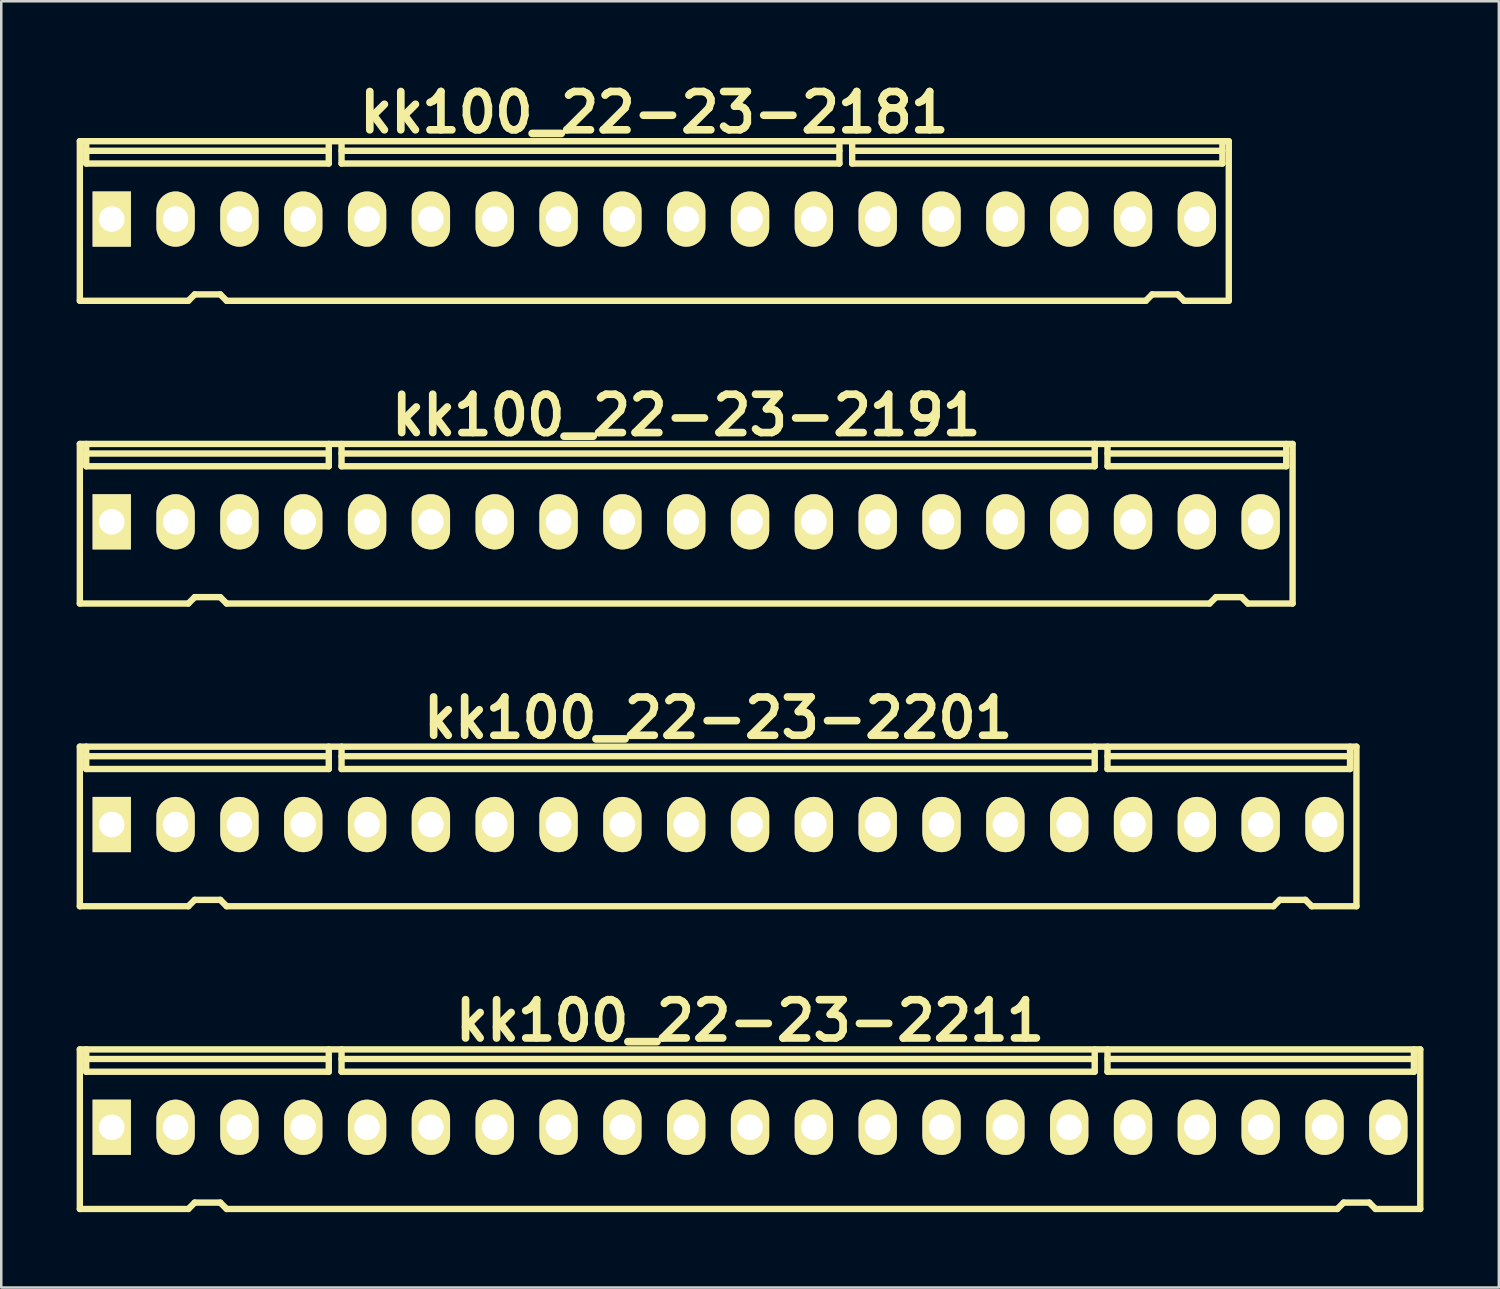
<source format=kicad_pcb>
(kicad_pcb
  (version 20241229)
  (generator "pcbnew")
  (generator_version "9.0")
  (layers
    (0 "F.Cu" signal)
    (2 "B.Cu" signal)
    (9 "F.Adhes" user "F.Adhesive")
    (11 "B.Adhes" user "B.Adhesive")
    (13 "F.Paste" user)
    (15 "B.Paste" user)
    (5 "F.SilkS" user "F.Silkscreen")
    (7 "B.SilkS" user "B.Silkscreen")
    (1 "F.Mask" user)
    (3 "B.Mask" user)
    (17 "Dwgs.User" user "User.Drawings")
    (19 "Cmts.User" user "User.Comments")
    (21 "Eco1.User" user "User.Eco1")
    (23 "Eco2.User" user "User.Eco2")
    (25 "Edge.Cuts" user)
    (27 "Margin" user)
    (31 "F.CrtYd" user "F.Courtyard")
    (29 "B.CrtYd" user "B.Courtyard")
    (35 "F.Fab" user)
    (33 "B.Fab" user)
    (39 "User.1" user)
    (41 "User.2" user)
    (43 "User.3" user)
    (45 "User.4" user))
  (footprint "kk100_22-23-2211"
    (layer "F.Cu")
    (at 26.797 41.884)
    (property "Reference" "kk100_22-23-2211" (at 0 -4.318 0) (layer "F.SilkS") (effects (font (size 1.524 1.524) (thickness 0.305))))
    (attr through_hole)
    (fp_line (start -26.67 3.175) (end -26.67 -3.175) (stroke (width 0.254) (type solid)) (layer "F.SilkS"))
    (fp_line (start -26.416 -2.286) (end -26.416 -3.175) (stroke (width 0.254) (type solid)) (layer "F.SilkS"))
    (fp_line (start -22.352 3.175) (end -26.67 3.175) (stroke (width 0.254) (type solid)) (layer "F.SilkS"))
    (fp_line (start -22.098 2.921) (end -22.352 3.175) (stroke (width 0.254) (type solid)) (layer "F.SilkS"))
    (fp_line (start -22.098 2.921) (end -21.082 2.921) (stroke (width 0.254) (type solid)) (layer "F.SilkS"))
    (fp_line (start -21.082 2.921) (end -20.828 3.175) (stroke (width 0.254) (type solid)) (layer "F.SilkS"))
    (fp_line (start -20.828 3.175) (end 23.368 3.175) (stroke (width 0.254) (type solid)) (layer "F.SilkS"))
    (fp_line (start -16.764 -2.794) (end -26.416 -2.794) (stroke (width 0.254) (type solid)) (layer "F.SilkS"))
    (fp_line (start -16.764 -2.286) (end -26.416 -2.286) (stroke (width 0.254) (type solid)) (layer "F.SilkS"))
    (fp_line (start -16.764 -2.286) (end -16.764 -3.175) (stroke (width 0.254) (type solid)) (layer "F.SilkS"))
    (fp_line (start -16.256 -2.286) (end -16.256 -3.175) (stroke (width 0.254) (type solid)) (layer "F.SilkS"))
    (fp_line (start -16.256 -2.286) (end 13.716 -2.286) (stroke (width 0.254) (type solid)) (layer "F.SilkS"))
    (fp_line (start 13.716 -2.794) (end -16.256 -2.794) (stroke (width 0.254) (type solid)) (layer "F.SilkS"))
    (fp_line (start 13.716 -2.286) (end 13.716 -3.175) (stroke (width 0.254) (type solid)) (layer "F.SilkS"))
    (fp_line (start 14.224 -2.794) (end 26.416 -2.794) (stroke (width 0.254) (type solid)) (layer "F.SilkS"))
    (fp_line (start 14.224 -2.286) (end 14.224 -3.175) (stroke (width 0.254) (type solid)) (layer "F.SilkS"))
    (fp_line (start 23.622 2.921) (end 23.368 3.175) (stroke (width 0.254) (type solid)) (layer "F.SilkS"))
    (fp_line (start 23.622 2.921) (end 24.638 2.921) (stroke (width 0.254) (type solid)) (layer "F.SilkS"))
    (fp_line (start 24.638 2.921) (end 24.892 3.175) (stroke (width 0.254) (type solid)) (layer "F.SilkS"))
    (fp_line (start 24.892 3.175) (end 26.67 3.175) (stroke (width 0.254) (type solid)) (layer "F.SilkS"))
    (fp_line (start 26.416 -2.286) (end 14.224 -2.286) (stroke (width 0.254) (type solid)) (layer "F.SilkS"))
    (fp_line (start 26.416 -2.286) (end 26.416 -3.175) (stroke (width 0.254) (type solid)) (layer "F.SilkS"))
    (fp_line (start 26.67 -3.175) (end -26.67 -3.175) (stroke (width 0.254) (type solid)) (layer "F.SilkS"))
    (fp_line (start 26.67 -3.175) (end 26.67 3.175) (stroke (width 0.254) (type solid)) (layer "F.SilkS"))
    (pad "1" thru_hole rect (at -25.4 -0.076) (size 1.524 2.197) (drill 1.016) (layers "*.Cu" "*.Mask" "F.SilkS"))
    (pad "2" thru_hole oval (at -22.86 -0.076) (size 1.524 2.197) (drill 1.016) (layers "*.Cu" "*.Mask" "F.SilkS"))
    (pad "3" thru_hole oval (at -20.32 -0.076) (size 1.524 2.197) (drill 1.016) (layers "*.Cu" "*.Mask" "F.SilkS"))
    (pad "4" thru_hole oval (at -17.78 -0.076) (size 1.524 2.197) (drill 1.016) (layers "*.Cu" "*.Mask" "F.SilkS"))
    (pad "5" thru_hole oval (at -15.24 -0.076) (size 1.524 2.197) (drill 1.016) (layers "*.Cu" "*.Mask" "F.SilkS"))
    (pad "6" thru_hole oval (at -12.7 -0.076) (size 1.524 2.197) (drill 1.016) (layers "*.Cu" "*.Mask" "F.SilkS"))
    (pad "7" thru_hole oval (at -10.16 -0.076) (size 1.524 2.197) (drill 1.016) (layers "*.Cu" "*.Mask" "F.SilkS"))
    (pad "8" thru_hole oval (at -7.62 -0.076) (size 1.524 2.197) (drill 1.016) (layers "*.Cu" "*.Mask" "F.SilkS"))
    (pad "9" thru_hole oval (at -5.08 -0.076) (size 1.524 2.197) (drill 1.016) (layers "*.Cu" "*.Mask" "F.SilkS"))
    (pad "10" thru_hole oval (at -2.54 -0.076) (size 1.524 2.197) (drill 1.016) (layers "*.Cu" "*.Mask" "F.SilkS"))
    (pad "11" thru_hole oval (at 0 -0.076) (size 1.524 2.197) (drill 1.016) (layers "*.Cu" "*.Mask" "F.SilkS"))
    (pad "12" thru_hole oval (at 2.54 -0.076) (size 1.524 2.197) (drill 1.016) (layers "*.Cu" "*.Mask" "F.SilkS"))
    (pad "13" thru_hole oval (at 5.08 -0.076) (size 1.524 2.197) (drill 1.016) (layers "*.Cu" "*.Mask" "F.SilkS"))
    (pad "14" thru_hole oval (at 7.62 -0.076) (size 1.524 2.197) (drill 1.016) (layers "*.Cu" "*.Mask" "F.SilkS"))
    (pad "15" thru_hole oval (at 10.16 -0.076) (size 1.524 2.197) (drill 1.016) (layers "*.Cu" "*.Mask" "F.SilkS"))
    (pad "16" thru_hole oval (at 12.7 -0.076) (size 1.524 2.197) (drill 1.016) (layers "*.Cu" "*.Mask" "F.SilkS"))
    (pad "17" thru_hole oval (at 15.24 -0.076) (size 1.524 2.197) (drill 1.016) (layers "*.Cu" "*.Mask" "F.SilkS"))
    (pad "18" thru_hole oval (at 17.78 -0.076) (size 1.524 2.197) (drill 1.016) (layers "*.Cu" "*.Mask" "F.SilkS"))
    (pad "19" thru_hole oval (at 20.32 -0.076) (size 1.524 2.197) (drill 1.016) (layers "*.Cu" "*.Mask" "F.SilkS"))
    (pad "20" thru_hole oval (at 22.86 -0.076) (size 1.524 2.197) (drill 1.016) (layers "*.Cu" "*.Mask" "F.SilkS"))
    (pad "21" thru_hole oval (at 25.4 -0.076) (size 1.524 2.197) (drill 1.016) (layers "*.Cu" "*.Mask" "F.SilkS")))
  (footprint "kk100_22-23-2181"
    (layer "F.Cu")
    (at 22.987 5.744)
    (property "Reference" "kk100_22-23-2181" (at 0 -4.318 0) (layer "F.SilkS") (effects (font (size 1.524 1.524) (thickness 0.305))))
    (attr through_hole)
    (fp_line (start -22.86 3.175) (end -22.86 -3.175) (stroke (width 0.254) (type solid)) (layer "F.SilkS"))
    (fp_line (start -22.606 -2.286) (end -22.606 -3.175) (stroke (width 0.254) (type solid)) (layer "F.SilkS"))
    (fp_line (start -18.542 3.175) (end -22.86 3.175) (stroke (width 0.254) (type solid)) (layer "F.SilkS"))
    (fp_line (start -18.288 2.921) (end -18.542 3.175) (stroke (width 0.254) (type solid)) (layer "F.SilkS"))
    (fp_line (start -18.288 2.921) (end -17.272 2.921) (stroke (width 0.254) (type solid)) (layer "F.SilkS"))
    (fp_line (start -17.272 2.921) (end -17.018 3.175) (stroke (width 0.254) (type solid)) (layer "F.SilkS"))
    (fp_line (start -17.018 3.175) (end 19.558 3.175) (stroke (width 0.254) (type solid)) (layer "F.SilkS"))
    (fp_line (start -12.954 -2.794) (end -22.606 -2.794) (stroke (width 0.254) (type solid)) (layer "F.SilkS"))
    (fp_line (start -12.954 -2.286) (end -22.606 -2.286) (stroke (width 0.254) (type solid)) (layer "F.SilkS"))
    (fp_line (start -12.954 -2.286) (end -12.954 -3.175) (stroke (width 0.254) (type solid)) (layer "F.SilkS"))
    (fp_line (start -12.446 -2.794) (end 7.366 -2.794) (stroke (width 0.254) (type solid)) (layer "F.SilkS"))
    (fp_line (start -12.446 -2.286) (end -12.446 -3.175) (stroke (width 0.254) (type solid)) (layer "F.SilkS"))
    (fp_line (start 7.366 -2.286) (end -12.446 -2.286) (stroke (width 0.254) (type solid)) (layer "F.SilkS"))
    (fp_line (start 7.366 -2.286) (end 7.366 -3.175) (stroke (width 0.254) (type solid)) (layer "F.SilkS"))
    (fp_line (start 7.874 -2.286) (end 7.874 -3.175) (stroke (width 0.254) (type solid)) (layer "F.SilkS"))
    (fp_line (start 7.874 -2.286) (end 22.606 -2.286) (stroke (width 0.254) (type solid)) (layer "F.SilkS"))
    (fp_line (start 19.812 2.921) (end 19.558 3.175) (stroke (width 0.254) (type solid)) (layer "F.SilkS"))
    (fp_line (start 19.812 2.921) (end 20.828 2.921) (stroke (width 0.254) (type solid)) (layer "F.SilkS"))
    (fp_line (start 20.828 2.921) (end 21.082 3.175) (stroke (width 0.254) (type solid)) (layer "F.SilkS"))
    (fp_line (start 21.082 3.175) (end 22.86 3.175) (stroke (width 0.254) (type solid)) (layer "F.SilkS"))
    (fp_line (start 22.606 -2.794) (end 7.874 -2.794) (stroke (width 0.254) (type solid)) (layer "F.SilkS"))
    (fp_line (start 22.606 -2.286) (end 22.606 -3.175) (stroke (width 0.254) (type solid)) (layer "F.SilkS"))
    (fp_line (start 22.86 -3.175) (end -22.86 -3.175) (stroke (width 0.254) (type solid)) (layer "F.SilkS"))
    (fp_line (start 22.86 -3.175) (end 22.86 3.175) (stroke (width 0.254) (type solid)) (layer "F.SilkS"))
    (pad "1" thru_hole rect (at -21.59 -0.076) (size 1.524 2.197) (drill 1.016) (layers "*.Cu" "*.Mask" "F.SilkS"))
    (pad "2" thru_hole oval (at -19.05 -0.076) (size 1.524 2.197) (drill 1.016) (layers "*.Cu" "*.Mask" "F.SilkS"))
    (pad "3" thru_hole oval (at -16.51 -0.076) (size 1.524 2.197) (drill 1.016) (layers "*.Cu" "*.Mask" "F.SilkS"))
    (pad "4" thru_hole oval (at -13.97 -0.076) (size 1.524 2.197) (drill 1.016) (layers "*.Cu" "*.Mask" "F.SilkS"))
    (pad "5" thru_hole oval (at -11.43 -0.076) (size 1.524 2.197) (drill 1.016) (layers "*.Cu" "*.Mask" "F.SilkS"))
    (pad "6" thru_hole oval (at -8.89 -0.076) (size 1.524 2.197) (drill 1.016) (layers "*.Cu" "*.Mask" "F.SilkS"))
    (pad "7" thru_hole oval (at -6.35 -0.076) (size 1.524 2.197) (drill 1.016) (layers "*.Cu" "*.Mask" "F.SilkS"))
    (pad "8" thru_hole oval (at -3.81 -0.076) (size 1.524 2.197) (drill 1.016) (layers "*.Cu" "*.Mask" "F.SilkS"))
    (pad "9" thru_hole oval (at -1.27 -0.076) (size 1.524 2.197) (drill 1.016) (layers "*.Cu" "*.Mask" "F.SilkS"))
    (pad "10" thru_hole oval (at 1.27 -0.076) (size 1.524 2.197) (drill 1.016) (layers "*.Cu" "*.Mask" "F.SilkS"))
    (pad "11" thru_hole oval (at 3.81 -0.076) (size 1.524 2.197) (drill 1.016) (layers "*.Cu" "*.Mask" "F.SilkS"))
    (pad "12" thru_hole oval (at 6.35 -0.076) (size 1.524 2.197) (drill 1.016) (layers "*.Cu" "*.Mask" "F.SilkS"))
    (pad "13" thru_hole oval (at 8.89 -0.076) (size 1.524 2.197) (drill 1.016) (layers "*.Cu" "*.Mask" "F.SilkS"))
    (pad "14" thru_hole oval (at 11.43 -0.076) (size 1.524 2.197) (drill 1.016) (layers "*.Cu" "*.Mask" "F.SilkS"))
    (pad "15" thru_hole oval (at 13.97 -0.076) (size 1.524 2.197) (drill 1.016) (layers "*.Cu" "*.Mask" "F.SilkS"))
    (pad "16" thru_hole oval (at 16.51 -0.076) (size 1.524 2.197) (drill 1.016) (layers "*.Cu" "*.Mask" "F.SilkS"))
    (pad "17" thru_hole oval (at 19.05 -0.076) (size 1.524 2.197) (drill 1.016) (layers "*.Cu" "*.Mask" "F.SilkS"))
    (pad "18" thru_hole oval (at 21.59 -0.076) (size 1.524 2.197) (drill 1.016) (layers "*.Cu" "*.Mask" "F.SilkS")))
  (footprint "kk100_22-23-2201"
    (layer "F.Cu")
    (at 25.527 29.837)
    (property "Reference" "kk100_22-23-2201" (at 0 -4.318 0) (layer "F.SilkS") (effects (font (size 1.524 1.524) (thickness 0.305))))
    (attr through_hole)
    (fp_line (start -25.4 3.175) (end -25.4 -3.175) (stroke (width 0.254) (type solid)) (layer "F.SilkS"))
    (fp_line (start -25.146 -2.286) (end -25.146 -3.175) (stroke (width 0.254) (type solid)) (layer "F.SilkS"))
    (fp_line (start -21.082 3.175) (end -25.4 3.175) (stroke (width 0.254) (type solid)) (layer "F.SilkS"))
    (fp_line (start -20.828 2.921) (end -21.082 3.175) (stroke (width 0.254) (type solid)) (layer "F.SilkS"))
    (fp_line (start -20.828 2.921) (end -19.812 2.921) (stroke (width 0.254) (type solid)) (layer "F.SilkS"))
    (fp_line (start -19.812 2.921) (end -19.558 3.175) (stroke (width 0.254) (type solid)) (layer "F.SilkS"))
    (fp_line (start -19.558 3.175) (end 22.098 3.175) (stroke (width 0.254) (type solid)) (layer "F.SilkS"))
    (fp_line (start -15.494 -2.794) (end -25.146 -2.794) (stroke (width 0.254) (type solid)) (layer "F.SilkS"))
    (fp_line (start -15.494 -2.286) (end -25.146 -2.286) (stroke (width 0.254) (type solid)) (layer "F.SilkS"))
    (fp_line (start -15.494 -2.286) (end -15.494 -3.175) (stroke (width 0.254) (type solid)) (layer "F.SilkS"))
    (fp_line (start -14.986 -2.286) (end -14.986 -3.175) (stroke (width 0.254) (type solid)) (layer "F.SilkS"))
    (fp_line (start -14.986 -2.286) (end 14.986 -2.286) (stroke (width 0.254) (type solid)) (layer "F.SilkS"))
    (fp_line (start 14.986 -2.794) (end -14.986 -2.794) (stroke (width 0.254) (type solid)) (layer "F.SilkS"))
    (fp_line (start 14.986 -2.286) (end 14.986 -3.175) (stroke (width 0.254) (type solid)) (layer "F.SilkS"))
    (fp_line (start 15.494 -2.794) (end 25.146 -2.794) (stroke (width 0.254) (type solid)) (layer "F.SilkS"))
    (fp_line (start 15.494 -2.286) (end 15.494 -3.175) (stroke (width 0.254) (type solid)) (layer "F.SilkS"))
    (fp_line (start 15.494 -2.286) (end 25.146 -2.286) (stroke (width 0.254) (type solid)) (layer "F.SilkS"))
    (fp_line (start 22.352 2.921) (end 22.098 3.175) (stroke (width 0.254) (type solid)) (layer "F.SilkS"))
    (fp_line (start 22.352 2.921) (end 23.368 2.921) (stroke (width 0.254) (type solid)) (layer "F.SilkS"))
    (fp_line (start 23.368 2.921) (end 23.622 3.175) (stroke (width 0.254) (type solid)) (layer "F.SilkS"))
    (fp_line (start 23.622 3.175) (end 25.4 3.175) (stroke (width 0.254) (type solid)) (layer "F.SilkS"))
    (fp_line (start 25.146 -2.286) (end 25.146 -3.175) (stroke (width 0.254) (type solid)) (layer "F.SilkS"))
    (fp_line (start 25.4 -3.175) (end -25.4 -3.175) (stroke (width 0.254) (type solid)) (layer "F.SilkS"))
    (fp_line (start 25.4 -3.175) (end 25.4 3.175) (stroke (width 0.254) (type solid)) (layer "F.SilkS"))
    (pad "1" thru_hole rect (at -24.13 -0.076) (size 1.524 2.197) (drill 1.016) (layers "*.Cu" "*.Mask" "F.SilkS"))
    (pad "2" thru_hole oval (at -21.59 -0.076) (size 1.524 2.197) (drill 1.016) (layers "*.Cu" "*.Mask" "F.SilkS"))
    (pad "3" thru_hole oval (at -19.05 -0.076) (size 1.524 2.197) (drill 1.016) (layers "*.Cu" "*.Mask" "F.SilkS"))
    (pad "4" thru_hole oval (at -16.51 -0.076) (size 1.524 2.197) (drill 1.016) (layers "*.Cu" "*.Mask" "F.SilkS"))
    (pad "5" thru_hole oval (at -13.97 -0.076) (size 1.524 2.197) (drill 1.016) (layers "*.Cu" "*.Mask" "F.SilkS"))
    (pad "6" thru_hole oval (at -11.43 -0.076) (size 1.524 2.197) (drill 1.016) (layers "*.Cu" "*.Mask" "F.SilkS"))
    (pad "7" thru_hole oval (at -8.89 -0.076) (size 1.524 2.197) (drill 1.016) (layers "*.Cu" "*.Mask" "F.SilkS"))
    (pad "8" thru_hole oval (at -6.35 -0.076) (size 1.524 2.197) (drill 1.016) (layers "*.Cu" "*.Mask" "F.SilkS"))
    (pad "9" thru_hole oval (at -3.81 -0.076) (size 1.524 2.197) (drill 1.016) (layers "*.Cu" "*.Mask" "F.SilkS"))
    (pad "10" thru_hole oval (at -1.27 -0.076) (size 1.524 2.197) (drill 1.016) (layers "*.Cu" "*.Mask" "F.SilkS"))
    (pad "11" thru_hole oval (at 1.27 -0.076) (size 1.524 2.197) (drill 1.016) (layers "*.Cu" "*.Mask" "F.SilkS"))
    (pad "12" thru_hole oval (at 3.81 -0.076) (size 1.524 2.197) (drill 1.016) (layers "*.Cu" "*.Mask" "F.SilkS"))
    (pad "13" thru_hole oval (at 6.35 -0.076) (size 1.524 2.197) (drill 1.016) (layers "*.Cu" "*.Mask" "F.SilkS"))
    (pad "14" thru_hole oval (at 8.89 -0.076) (size 1.524 2.197) (drill 1.016) (layers "*.Cu" "*.Mask" "F.SilkS"))
    (pad "15" thru_hole oval (at 11.43 -0.076) (size 1.524 2.197) (drill 1.016) (layers "*.Cu" "*.Mask" "F.SilkS"))
    (pad "16" thru_hole oval (at 13.97 -0.076) (size 1.524 2.197) (drill 1.016) (layers "*.Cu" "*.Mask" "F.SilkS"))
    (pad "17" thru_hole oval (at 16.51 -0.076) (size 1.524 2.197) (drill 1.016) (layers "*.Cu" "*.Mask" "F.SilkS"))
    (pad "18" thru_hole oval (at 19.05 -0.076) (size 1.524 2.197) (drill 1.016) (layers "*.Cu" "*.Mask" "F.SilkS"))
    (pad "19" thru_hole oval (at 21.59 -0.076) (size 1.524 2.197) (drill 1.016) (layers "*.Cu" "*.Mask" "F.SilkS"))
    (pad "20" thru_hole oval (at 24.13 -0.076) (size 1.524 2.197) (drill 1.016) (layers "*.Cu" "*.Mask" "F.SilkS")))
  (footprint "kk100_22-23-2191"
    (layer "F.Cu")
    (at 24.257 17.791)
    (property "Reference" "kk100_22-23-2191" (at 0 -4.318 0) (layer "F.SilkS") (effects (font (size 1.524 1.524) (thickness 0.305))))
    (attr through_hole)
    (fp_line (start -24.13 3.175) (end -24.13 -3.175) (stroke (width 0.254) (type solid)) (layer "F.SilkS"))
    (fp_line (start -23.876 -2.286) (end -23.876 -3.175) (stroke (width 0.254) (type solid)) (layer "F.SilkS"))
    (fp_line (start -19.812 3.175) (end -24.13 3.175) (stroke (width 0.254) (type solid)) (layer "F.SilkS"))
    (fp_line (start -19.558 2.921) (end -19.812 3.175) (stroke (width 0.254) (type solid)) (layer "F.SilkS"))
    (fp_line (start -19.558 2.921) (end -18.542 2.921) (stroke (width 0.254) (type solid)) (layer "F.SilkS"))
    (fp_line (start -18.542 2.921) (end -18.288 3.175) (stroke (width 0.254) (type solid)) (layer "F.SilkS"))
    (fp_line (start -18.288 3.175) (end 20.828 3.175) (stroke (width 0.254) (type solid)) (layer "F.SilkS"))
    (fp_line (start -14.224 -2.794) (end -23.876 -2.794) (stroke (width 0.254) (type solid)) (layer "F.SilkS"))
    (fp_line (start -14.224 -2.286) (end -23.876 -2.286) (stroke (width 0.254) (type solid)) (layer "F.SilkS"))
    (fp_line (start -14.224 -2.286) (end -14.224 -3.175) (stroke (width 0.254) (type solid)) (layer "F.SilkS"))
    (fp_line (start -13.716 -2.286) (end -13.716 -3.175) (stroke (width 0.254) (type solid)) (layer "F.SilkS"))
    (fp_line (start -13.716 -2.286) (end 16.256 -2.286) (stroke (width 0.254) (type solid)) (layer "F.SilkS"))
    (fp_line (start 16.256 -2.794) (end -13.716 -2.794) (stroke (width 0.254) (type solid)) (layer "F.SilkS"))
    (fp_line (start 16.256 -2.286) (end 16.256 -3.175) (stroke (width 0.254) (type solid)) (layer "F.SilkS"))
    (fp_line (start 16.764 -2.794) (end 23.876 -2.794) (stroke (width 0.254) (type solid)) (layer "F.SilkS"))
    (fp_line (start 16.764 -2.286) (end 16.764 -3.175) (stroke (width 0.254) (type solid)) (layer "F.SilkS"))
    (fp_line (start 16.764 -2.286) (end 23.876 -2.286) (stroke (width 0.254) (type solid)) (layer "F.SilkS"))
    (fp_line (start 21.082 2.921) (end 20.828 3.175) (stroke (width 0.254) (type solid)) (layer "F.SilkS"))
    (fp_line (start 21.082 2.921) (end 22.098 2.921) (stroke (width 0.254) (type solid)) (layer "F.SilkS"))
    (fp_line (start 22.098 2.921) (end 22.352 3.175) (stroke (width 0.254) (type solid)) (layer "F.SilkS"))
    (fp_line (start 22.352 3.175) (end 24.13 3.175) (stroke (width 0.254) (type solid)) (layer "F.SilkS"))
    (fp_line (start 23.876 -2.286) (end 23.876 -3.175) (stroke (width 0.254) (type solid)) (layer "F.SilkS"))
    (fp_line (start 24.13 -3.175) (end -24.13 -3.175) (stroke (width 0.254) (type solid)) (layer "F.SilkS"))
    (fp_line (start 24.13 -3.175) (end 24.13 3.175) (stroke (width 0.254) (type solid)) (layer "F.SilkS"))
    (pad "1" thru_hole rect (at -22.86 -0.076) (size 1.524 2.197) (drill 1.016) (layers "*.Cu" "*.Mask" "F.SilkS"))
    (pad "2" thru_hole oval (at -20.32 -0.076) (size 1.524 2.197) (drill 1.016) (layers "*.Cu" "*.Mask" "F.SilkS"))
    (pad "3" thru_hole oval (at -17.78 -0.076) (size 1.524 2.197) (drill 1.016) (layers "*.Cu" "*.Mask" "F.SilkS"))
    (pad "4" thru_hole oval (at -15.24 -0.076) (size 1.524 2.197) (drill 1.016) (layers "*.Cu" "*.Mask" "F.SilkS"))
    (pad "5" thru_hole oval (at -12.7 -0.076) (size 1.524 2.197) (drill 1.016) (layers "*.Cu" "*.Mask" "F.SilkS"))
    (pad "6" thru_hole oval (at -10.16 -0.076) (size 1.524 2.197) (drill 1.016) (layers "*.Cu" "*.Mask" "F.SilkS"))
    (pad "7" thru_hole oval (at -7.62 -0.076) (size 1.524 2.197) (drill 1.016) (layers "*.Cu" "*.Mask" "F.SilkS"))
    (pad "8" thru_hole oval (at -5.08 -0.076) (size 1.524 2.197) (drill 1.016) (layers "*.Cu" "*.Mask" "F.SilkS"))
    (pad "9" thru_hole oval (at -2.54 -0.076) (size 1.524 2.197) (drill 1.016) (layers "*.Cu" "*.Mask" "F.SilkS"))
    (pad "10" thru_hole oval (at 0 -0.076) (size 1.524 2.197) (drill 1.016) (layers "*.Cu" "*.Mask" "F.SilkS"))
    (pad "11" thru_hole oval (at 2.54 -0.076) (size 1.524 2.197) (drill 1.016) (layers "*.Cu" "*.Mask" "F.SilkS"))
    (pad "12" thru_hole oval (at 5.08 -0.076) (size 1.524 2.197) (drill 1.016) (layers "*.Cu" "*.Mask" "F.SilkS"))
    (pad "13" thru_hole oval (at 7.62 -0.076) (size 1.524 2.197) (drill 1.016) (layers "*.Cu" "*.Mask" "F.SilkS"))
    (pad "14" thru_hole oval (at 10.16 -0.076) (size 1.524 2.197) (drill 1.016) (layers "*.Cu" "*.Mask" "F.SilkS"))
    (pad "15" thru_hole oval (at 12.7 -0.076) (size 1.524 2.197) (drill 1.016) (layers "*.Cu" "*.Mask" "F.SilkS"))
    (pad "16" thru_hole oval (at 15.24 -0.076) (size 1.524 2.197) (drill 1.016) (layers "*.Cu" "*.Mask" "F.SilkS"))
    (pad "17" thru_hole oval (at 17.78 -0.076) (size 1.524 2.197) (drill 1.016) (layers "*.Cu" "*.Mask" "F.SilkS"))
    (pad "18" thru_hole oval (at 20.32 -0.076) (size 1.524 2.197) (drill 1.016) (layers "*.Cu" "*.Mask" "F.SilkS"))
    (pad "19" thru_hole oval (at 22.86 -0.076) (size 1.524 2.197) (drill 1.016) (layers "*.Cu" "*.Mask" "F.SilkS")))
  (gr_rect
    (start -3 -3)
    (end 56.594 48.186)
    (stroke (width 0.1) (type default))
    (fill no)
    (layer "Edge.Cuts")))
</source>
